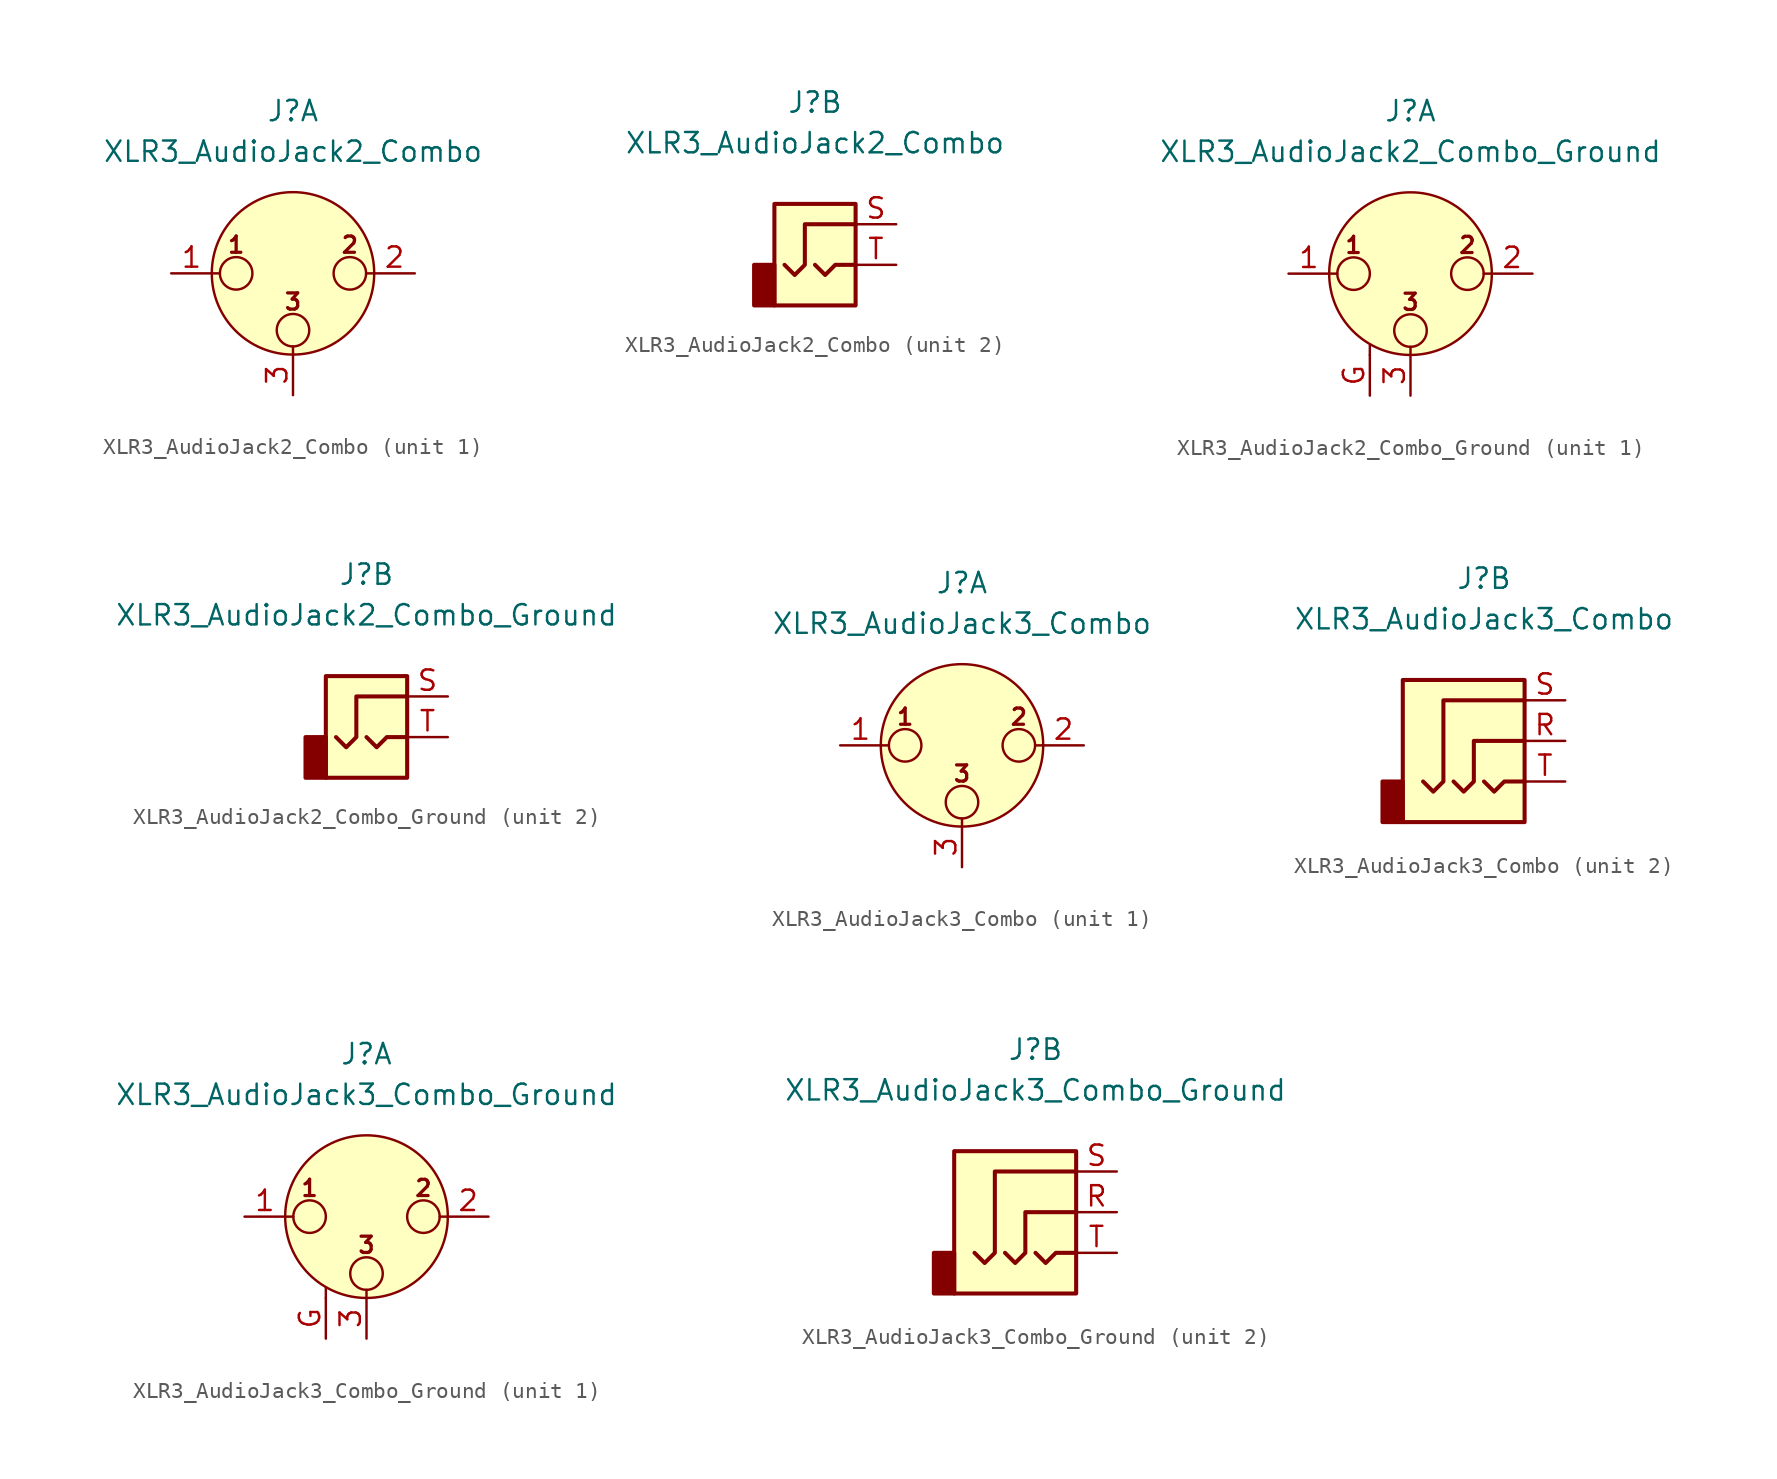
<source format=kicad_sym>
(kicad_symbol_lib
  (version 20220914)
  (generator kicad_symbol_editor)
  (symbol "XLR3_AudioJack2_Combo"
    (pin_names hide)
    (property "Reference" "J"
      (at 0 10.16 0)
      (effects (font (size 1.27 1.27))))
    (property "Value" "XLR3_AudioJack2_Combo"
      (at 0 7.62 0)
      (effects (font (size 1.27 1.27))))
    (symbol "XLR3_AudioJack2_Combo_1_1"
      (circle (center -3.556 0) (radius 1.016) (stroke (width 0) (type solid)) (fill (type none)))
      (circle (center 0 -3.556) (radius 1.016) (stroke (width 0) (type solid)) (fill (type none)))
      (polyline (pts (xy -5.08 0) (xy -4.572 0)) (stroke (width 0) (type solid)) (fill (type none)))
      (polyline (pts (xy 0 -5.08) (xy 0 -4.572)) (stroke (width 0) (type solid)) (fill (type none)))
      (polyline (pts (xy 5.08 0) (xy 4.572 0)) (stroke (width 0) (type solid)) (fill (type none)))
      (circle (center 0 0) (radius 5.08) (stroke (width 0) (type solid)) (fill (type background)))
      (circle (center 3.556 0) (radius 1.016) (stroke (width 0) (type solid)) (fill (type none)))
      (text "1" (at -3.556 1.778 0) (effects (font (size 1.016 1.016) bold)))
      (text "2" (at 3.556 1.778 0) (effects (font (size 1.016 1.016) bold)))
      (text "3" (at 0 -1.778 0) (effects (font (size 1.016 1.016) bold)))
      (pin passive line (at -7.62 0 0) (length 2.54) (name "~" (effects (font (size 1.27 1.27)))) (number "1" (effects (font (size 1.27 1.27)))))
      (pin passive line (at 7.62 0 180) (length 2.54) (name "~" (effects (font (size 1.27 1.27)))) (number "2" (effects (font (size 1.27 1.27)))))
      (pin passive line (at 0 -7.62 90) (length 2.54) (name "~" (effects (font (size 1.27 1.27)))) (number "3" (effects (font (size 1.27 1.27))))))
    (symbol "XLR3_AudioJack2_Combo_2_1"
      (rectangle (start -2.54 0) (end -3.81 -2.54) (stroke (width 0.254) (type solid)) (fill (type outline)))
      (polyline (pts (xy 0 0) (xy 0.635 -0.635) (xy 1.27 0) (xy 2.54 0)) (stroke (width 0.254) (type solid)) (fill (type none)))
      (polyline (pts (xy 2.54 2.54) (xy -0.635 2.54) (xy -0.635 0) (xy -1.27 -0.635) (xy -1.905 0)) (stroke (width 0.254) (type solid)) (fill (type none)))
      (rectangle (start 2.54 3.81) (end -2.54 -2.54) (stroke (width 0.254) (type solid)) (fill (type background)))
      (pin passive line (at 5.08 2.54 180) (length 2.54) (name "~" (effects (font (size 1.27 1.27)))) (number "S" (effects (font (size 1.27 1.27)))))
      (pin passive line (at 5.08 0 180) (length 2.54) (name "~" (effects (font (size 1.27 1.27)))) (number "T" (effects (font (size 1.27 1.27)))))))
  (symbol "XLR3_AudioJack2_Combo_Ground"
    (pin_names hide)
    (property "Reference" "J"
      (at 0 10.16 0)
      (effects (font (size 1.27 1.27))))
    (property "Value" "XLR3_AudioJack2_Combo_Ground"
      (at 0 7.62 0)
      (effects (font (size 1.27 1.27))))
    (symbol "XLR3_AudioJack2_Combo_Ground_1_1"
      (circle (center -3.556 0) (radius 1.016) (stroke (width 0) (type solid)) (fill (type none)))
      (circle (center 0 -3.556) (radius 1.016) (stroke (width 0) (type solid)) (fill (type none)))
      (polyline (pts (xy -5.08 0) (xy -4.572 0)) (stroke (width 0) (type solid)) (fill (type none)))
      (polyline (pts (xy -2.54 -5.08) (xy -2.54 -4.445)) (stroke (width 0) (type solid)) (fill (type none)))
      (polyline (pts (xy 0 -5.08) (xy 0 -4.572)) (stroke (width 0) (type solid)) (fill (type none)))
      (polyline (pts (xy 5.08 0) (xy 4.572 0)) (stroke (width 0) (type solid)) (fill (type none)))
      (circle (center 0 0) (radius 5.08) (stroke (width 0) (type solid)) (fill (type background)))
      (circle (center 3.556 0) (radius 1.016) (stroke (width 0) (type solid)) (fill (type none)))
      (text "1" (at -3.556 1.778 0) (effects (font (size 1.016 1.016) bold)))
      (text "2" (at 3.556 1.778 0) (effects (font (size 1.016 1.016) bold)))
      (text "3" (at 0 -1.778 0) (effects (font (size 1.016 1.016) bold)))
      (pin passive line (at -7.62 0 0) (length 2.54) (name "~" (effects (font (size 1.27 1.27)))) (number "1" (effects (font (size 1.27 1.27)))))
      (pin passive line (at 7.62 0 180) (length 2.54) (name "~" (effects (font (size 1.27 1.27)))) (number "2" (effects (font (size 1.27 1.27)))))
      (pin passive line (at 0 -7.62 90) (length 2.54) (name "~" (effects (font (size 1.27 1.27)))) (number "3" (effects (font (size 1.27 1.27)))))
      (pin passive line (at -2.54 -7.62 90) (length 2.54) (name "~" (effects (font (size 1.27 1.27)))) (number "G" (effects (font (size 1.27 1.27))))))
    (symbol "XLR3_AudioJack2_Combo_Ground_2_1"
      (rectangle (start -2.54 0) (end -3.81 -2.54) (stroke (width 0.254) (type solid)) (fill (type outline)))
      (polyline (pts (xy 0 0) (xy 0.635 -0.635) (xy 1.27 0) (xy 2.54 0)) (stroke (width 0.254) (type solid)) (fill (type none)))
      (polyline (pts (xy 2.54 2.54) (xy -0.635 2.54) (xy -0.635 0) (xy -1.27 -0.635) (xy -1.905 0)) (stroke (width 0.254) (type solid)) (fill (type none)))
      (rectangle (start 2.54 3.81) (end -2.54 -2.54) (stroke (width 0.254) (type solid)) (fill (type background)))
      (pin passive line (at 5.08 2.54 180) (length 2.54) (name "~" (effects (font (size 1.27 1.27)))) (number "S" (effects (font (size 1.27 1.27)))))
      (pin passive line (at 5.08 0 180) (length 2.54) (name "~" (effects (font (size 1.27 1.27)))) (number "T" (effects (font (size 1.27 1.27)))))))
  (symbol "XLR3_AudioJack3_Combo"
    (pin_names hide)
    (property "Reference" "J"
      (at 0 10.16 0)
      (effects (font (size 1.27 1.27))))
    (property "Value" "XLR3_AudioJack3_Combo"
      (at 0 7.62 0)
      (effects (font (size 1.27 1.27))))
    (symbol "XLR3_AudioJack3_Combo_1_1"
      (circle (center -3.556 0) (radius 1.016) (stroke (width 0) (type solid)) (fill (type none)))
      (circle (center 0 -3.556) (radius 1.016) (stroke (width 0) (type solid)) (fill (type none)))
      (polyline (pts (xy -5.08 0) (xy -4.572 0)) (stroke (width 0) (type solid)) (fill (type none)))
      (polyline (pts (xy 0 -5.08) (xy 0 -4.572)) (stroke (width 0) (type solid)) (fill (type none)))
      (polyline (pts (xy 5.08 0) (xy 4.572 0)) (stroke (width 0) (type solid)) (fill (type none)))
      (circle (center 0 0) (radius 5.08) (stroke (width 0) (type solid)) (fill (type background)))
      (circle (center 3.556 0) (radius 1.016) (stroke (width 0) (type solid)) (fill (type none)))
      (text "1" (at -3.556 1.778 0) (effects (font (size 1.016 1.016) bold)))
      (text "2" (at 3.556 1.778 0) (effects (font (size 1.016 1.016) bold)))
      (text "3" (at 0 -1.778 0) (effects (font (size 1.016 1.016) bold)))
      (pin passive line (at -7.62 0 0) (length 2.54) (name "~" (effects (font (size 1.27 1.27)))) (number "1" (effects (font (size 1.27 1.27)))))
      (pin passive line (at 7.62 0 180) (length 2.54) (name "~" (effects (font (size 1.27 1.27)))) (number "2" (effects (font (size 1.27 1.27)))))
      (pin passive line (at 0 -7.62 90) (length 2.54) (name "~" (effects (font (size 1.27 1.27)))) (number "3" (effects (font (size 1.27 1.27))))))
    (symbol "XLR3_AudioJack3_Combo_2_1"
      (rectangle (start -5.08 -2.54) (end -6.35 -5.08) (stroke (width 0.254) (type solid)) (fill (type outline)))
      (polyline (pts (xy 0 -2.54) (xy 0.635 -3.175) (xy 1.27 -2.54) (xy 2.54 -2.54)) (stroke (width 0.254) (type solid)) (fill (type none)))
      (polyline (pts (xy -1.905 -2.54) (xy -1.27 -3.175) (xy -0.635 -2.54) (xy -0.635 0) (xy 2.54 0)) (stroke (width 0.254) (type solid)) (fill (type none)))
      (polyline (pts (xy 2.54 2.54) (xy -2.54 2.54) (xy -2.54 -2.54) (xy -3.175 -3.175) (xy -3.81 -2.54)) (stroke (width 0.254) (type solid)) (fill (type none)))
      (rectangle (start 2.54 3.81) (end -5.08 -5.08) (stroke (width 0.254) (type solid)) (fill (type background)))
      (pin passive line (at 5.08 0 180) (length 2.54) (name "~" (effects (font (size 1.27 1.27)))) (number "R" (effects (font (size 1.27 1.27)))))
      (pin passive line (at 5.08 2.54 180) (length 2.54) (name "~" (effects (font (size 1.27 1.27)))) (number "S" (effects (font (size 1.27 1.27)))))
      (pin passive line (at 5.08 -2.54 180) (length 2.54) (name "~" (effects (font (size 1.27 1.27)))) (number "T" (effects (font (size 1.27 1.27)))))))
  (symbol "XLR3_AudioJack3_Combo_Ground"
    (pin_names hide)
    (property "Reference" "J"
      (at 0 10.16 0)
      (effects (font (size 1.27 1.27))))
    (property "Value" "XLR3_AudioJack3_Combo_Ground"
      (at 0 7.62 0)
      (effects (font (size 1.27 1.27))))
    (symbol "XLR3_AudioJack3_Combo_Ground_1_1"
      (circle (center -3.556 0) (radius 1.016) (stroke (width 0) (type solid)) (fill (type none)))
      (circle (center 0 -3.556) (radius 1.016) (stroke (width 0) (type solid)) (fill (type none)))
      (polyline (pts (xy -5.08 0) (xy -4.572 0)) (stroke (width 0) (type solid)) (fill (type none)))
      (polyline (pts (xy -2.54 -5.08) (xy -2.54 -4.445)) (stroke (width 0) (type solid)) (fill (type none)))
      (polyline (pts (xy 0 -5.08) (xy 0 -4.572)) (stroke (width 0) (type solid)) (fill (type none)))
      (polyline (pts (xy 5.08 0) (xy 4.572 0)) (stroke (width 0) (type solid)) (fill (type none)))
      (circle (center 0 0) (radius 5.08) (stroke (width 0) (type solid)) (fill (type background)))
      (circle (center 3.556 0) (radius 1.016) (stroke (width 0) (type solid)) (fill (type none)))
      (text "1" (at -3.556 1.778 0) (effects (font (size 1.016 1.016) bold)))
      (text "2" (at 3.556 1.778 0) (effects (font (size 1.016 1.016) bold)))
      (text "3" (at 0 -1.778 0) (effects (font (size 1.016 1.016) bold)))
      (pin passive line (at -7.62 0 0) (length 2.54) (name "~" (effects (font (size 1.27 1.27)))) (number "1" (effects (font (size 1.27 1.27)))))
      (pin passive line (at 7.62 0 180) (length 2.54) (name "~" (effects (font (size 1.27 1.27)))) (number "2" (effects (font (size 1.27 1.27)))))
      (pin passive line (at 0 -7.62 90) (length 2.54) (name "~" (effects (font (size 1.27 1.27)))) (number "3" (effects (font (size 1.27 1.27)))))
      (pin passive line (at -2.54 -7.62 90) (length 2.54) (name "~" (effects (font (size 1.27 1.27)))) (number "G" (effects (font (size 1.27 1.27))))))
    (symbol "XLR3_AudioJack3_Combo_Ground_2_1"
      (rectangle (start -5.08 -2.54) (end -6.35 -5.08) (stroke (width 0.254) (type solid)) (fill (type outline)))
      (polyline (pts (xy 0 -2.54) (xy 0.635 -3.175) (xy 1.27 -2.54) (xy 2.54 -2.54)) (stroke (width 0.254) (type solid)) (fill (type none)))
      (polyline (pts (xy -1.905 -2.54) (xy -1.27 -3.175) (xy -0.635 -2.54) (xy -0.635 0) (xy 2.54 0)) (stroke (width 0.254) (type solid)) (fill (type none)))
      (polyline (pts (xy 2.54 2.54) (xy -2.54 2.54) (xy -2.54 -2.54) (xy -3.175 -3.175) (xy -3.81 -2.54)) (stroke (width 0.254) (type solid)) (fill (type none)))
      (rectangle (start 2.54 3.81) (end -5.08 -5.08) (stroke (width 0.254) (type solid)) (fill (type background)))
      (pin passive line (at 5.08 0 180) (length 2.54) (name "~" (effects (font (size 1.27 1.27)))) (number "R" (effects (font (size 1.27 1.27)))))
      (pin passive line (at 5.08 2.54 180) (length 2.54) (name "~" (effects (font (size 1.27 1.27)))) (number "S" (effects (font (size 1.27 1.27)))))
      (pin passive line (at 5.08 -2.54 180) (length 2.54) (name "~" (effects (font (size 1.27 1.27)))) (number "T" (effects (font (size 1.27 1.27))))))))
</source>
